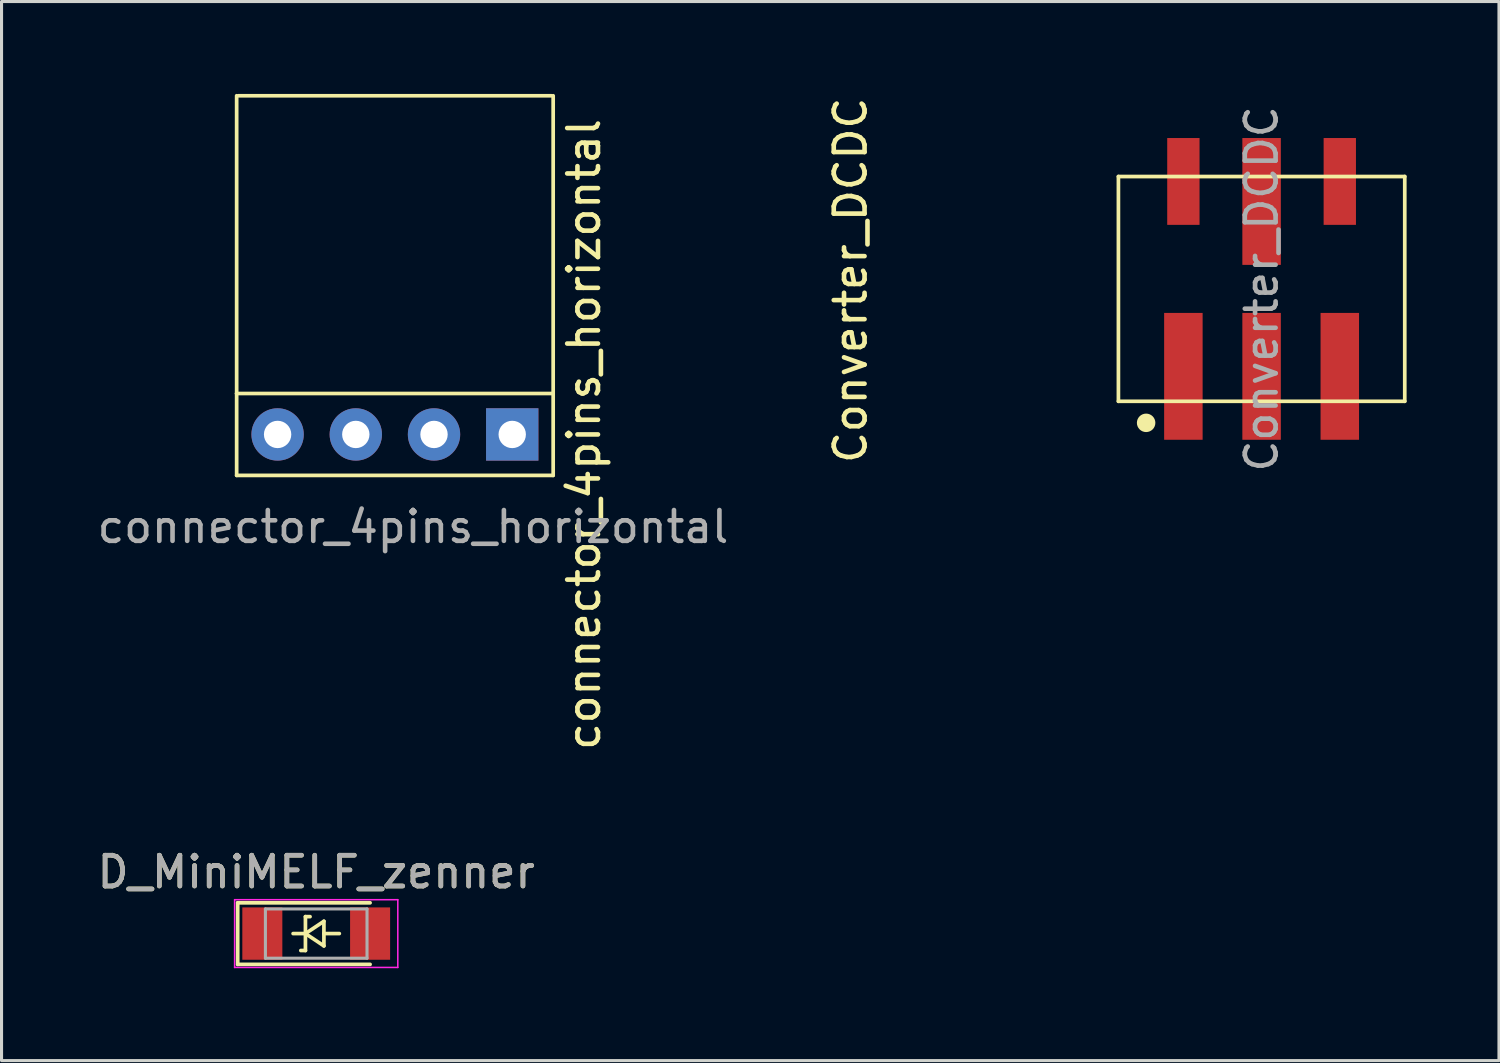
<source format=kicad_pcb>
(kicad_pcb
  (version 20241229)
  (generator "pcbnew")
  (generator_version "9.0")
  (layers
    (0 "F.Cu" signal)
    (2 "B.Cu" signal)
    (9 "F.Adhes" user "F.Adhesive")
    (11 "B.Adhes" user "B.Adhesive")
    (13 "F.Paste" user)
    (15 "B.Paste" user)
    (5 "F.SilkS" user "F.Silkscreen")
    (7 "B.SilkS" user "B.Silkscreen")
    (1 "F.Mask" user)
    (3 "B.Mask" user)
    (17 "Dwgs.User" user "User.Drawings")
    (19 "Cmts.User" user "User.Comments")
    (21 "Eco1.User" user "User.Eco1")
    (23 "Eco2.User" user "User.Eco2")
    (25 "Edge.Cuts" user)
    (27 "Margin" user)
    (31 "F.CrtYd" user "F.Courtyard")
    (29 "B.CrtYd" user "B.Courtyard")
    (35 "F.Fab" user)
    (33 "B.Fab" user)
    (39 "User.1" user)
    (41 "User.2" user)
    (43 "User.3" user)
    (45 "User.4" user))
  (footprint "Converter_DCDC"
    (layer "F.Cu")
    (at 37.924 6.054)
    (property "Reference" "Converter_DCDC" (at -13.35 0 90) (layer "F.SilkS") (effects (font (size 1 1) (thickness 0.15))))
    (attr smd)
    (fp_line (start -4.65 -3.371) (end -4.65 3.929) (stroke (width 0.12) (type solid)) (layer "F.SilkS"))
    (fp_line (start -4.65 -3.371) (end 4.65 -3.371) (stroke (width 0.12) (type solid)) (layer "F.SilkS"))
    (fp_line (start -4.65 3.929) (end 4.65 3.929) (stroke (width 0.12) (type solid)) (layer "F.SilkS"))
    (fp_line (start 4.65 -3.371) (end 4.65 3.929) (stroke (width 0.12) (type solid)) (layer "F.SilkS"))
    (fp_circle (center -3.75 4.629) (end -3.45 4.629) (stroke (width 0) (type solid)) (fill yes) (layer "F.SilkS"))
    (fp_text user "${REFERENCE}" (at 0 0.279 90) (layer "F.Fab") (effects (font (size 1 1) (thickness 0.15))))
    (pad "1" smd rect (at -2.54 3.119) (size 1.25 4.12) (layers "F.Cu" "F.Mask" "F.Paste"))
    (pad "2" smd rect (at 0 3.119) (size 1.25 4.12) (layers "F.Cu" "F.Mask" "F.Paste"))
    (pad "3" smd rect (at 2.54 3.119) (size 1.25 4.12) (layers "F.Cu" "F.Mask" "F.Paste"))
    (pad "4" smd rect (at 2.54 -3.211) (size 1.05 2.82) (layers "F.Cu" "F.Mask" "F.Paste"))
    (pad "5" smd rect (at 0 -2.561) (size 1.25 4.12) (layers "F.Cu" "F.Mask" "F.Paste"))
    (pad "6" smd rect (at -2.54 -3.211) (size 1.05 2.82) (layers "F.Cu" "F.Mask" "F.Paste")))
  (footprint "connector_4pins_horizontal"
    (layer "F.Cu")
    (at 9.776 11.06)
    (property "Reference" "connector_4pins_horizontal" (at 6.14 0 270) (layer "F.SilkS") (effects (font (size 1 1) (thickness 0.15))))
    (attr through_hole)
    (fp_line (start -5.14 -11) (end -5.14 -1.33) (stroke (width 0.12) (type solid)) (layer "F.SilkS"))
    (fp_line (start -5.14 -1.33) (end -5.14 1.33) (stroke (width 0.12) (type solid)) (layer "F.SilkS"))
    (fp_line (start 5.08 -11) (end -5.08 -11) (stroke (width 0.12) (type solid)) (layer "F.SilkS"))
    (fp_line (start 5.14 -1.33) (end -5.14 -1.33) (stroke (width 0.12) (type solid)) (layer "F.SilkS"))
    (fp_line (start 5.14 1.33) (end -5.14 1.33) (stroke (width 0.12) (type solid)) (layer "F.SilkS"))
    (fp_line (start 5.14 1.33) (end 5.14 -11) (stroke (width 0.12) (type solid)) (layer "F.SilkS"))
    (fp_text user "${REFERENCE}" (at 0.587 3 0) (layer "F.Fab") (effects (font (size 1 1) (thickness 0.15))))
    (pad "1" thru_hole rect (at 3.81 0) (size 1.7 1.7) (drill 0.889) (layers "*.Cu" "*.Mask"))
    (pad "2" thru_hole oval (at 1.27 0) (size 1.7 1.7) (drill 0.889) (layers "*.Cu" "*.Mask"))
    (pad "3" thru_hole oval (at -1.27 0) (size 1.7 1.7) (drill 0.889) (layers "*.Cu" "*.Mask"))
    (pad "4" thru_hole oval (at -3.81 0) (size 1.7 1.7) (drill 0.889) (layers "*.Cu" "*.Mask")))
  (footprint "D_MiniMELF_zenner"
    (layer "F.Cu")
    (at 7.22 27.271)
    (property "Reference" "D_MiniMELF_zenner" (at 0 -2 0) (layer "F.SilkS") (effects (font (size 1 1) (thickness 0.15))))
    (attr smd)
    (fp_line (start -2.55 -1) (end -2.55 1) (stroke (width 0.12) (type solid)) (layer "F.SilkS"))
    (fp_line (start -2.55 1) (end 1.75 1) (stroke (width 0.12) (type solid)) (layer "F.SilkS"))
    (fp_line (start -0.75 0) (end -0.35 0) (stroke (width 0.12) (type solid)) (layer "F.SilkS"))
    (fp_line (start -0.5 0.55) (end -0.35 0.55) (stroke (width 0.12) (type solid)) (layer "F.SilkS"))
    (fp_line (start -0.35 -0.55) (end -0.2 -0.55) (stroke (width 0.12) (type solid)) (layer "F.SilkS"))
    (fp_line (start -0.35 0) (end -0.35 -0.55) (stroke (width 0.12) (type solid)) (layer "F.SilkS"))
    (fp_line (start -0.35 0) (end -0.35 0.55) (stroke (width 0.12) (type solid)) (layer "F.SilkS"))
    (fp_line (start -0.35 0) (end 0.25 -0.4) (stroke (width 0.12) (type solid)) (layer "F.SilkS"))
    (fp_line (start 0.25 -0.4) (end 0.25 0.4) (stroke (width 0.12) (type solid)) (layer "F.SilkS"))
    (fp_line (start 0.25 0) (end 0.75 0) (stroke (width 0.12) (type solid)) (layer "F.SilkS"))
    (fp_line (start 0.25 0.4) (end -0.35 0) (stroke (width 0.12) (type solid)) (layer "F.SilkS"))
    (fp_line (start 1.75 -1) (end -2.55 -1) (stroke (width 0.12) (type solid)) (layer "F.SilkS"))
    (fp_line (start -2.65 -1.1) (end 2.65 -1.1) (stroke (width 0.05) (type solid)) (layer "F.CrtYd"))
    (fp_line (start -2.65 1.1) (end -2.65 -1.1) (stroke (width 0.05) (type solid)) (layer "F.CrtYd"))
    (fp_line (start 2.65 -1.1) (end 2.65 1.1) (stroke (width 0.05) (type solid)) (layer "F.CrtYd"))
    (fp_line (start 2.65 1.1) (end -2.65 1.1) (stroke (width 0.05) (type solid)) (layer "F.CrtYd"))
    (fp_line (start -1.65 -0.8) (end 1.65 -0.8) (stroke (width 0.1) (type solid)) (layer "F.Fab"))
    (fp_line (start -1.65 0.8) (end -1.65 -0.8) (stroke (width 0.1) (type solid)) (layer "F.Fab"))
    (fp_line (start 1.65 -0.8) (end 1.65 0.8) (stroke (width 0.1) (type solid)) (layer "F.Fab"))
    (fp_line (start 1.65 0.8) (end -1.65 0.8) (stroke (width 0.1) (type solid)) (layer "F.Fab"))
    (fp_text user "${REFERENCE}" (at 0 -2 0) (layer "F.Fab") (effects (font (size 1 1) (thickness 0.15))))
    (pad "1" smd rect (at -1.75 0) (size 1.3 1.7) (layers "F.Cu" "F.Mask" "F.Paste"))
    (pad "2" smd rect (at 1.75 0) (size 1.3 1.7) (layers "F.Cu" "F.Mask" "F.Paste")))
  (gr_rect
    (start -3 -3)
    (end 45.634 31.396)
    (stroke (width 0.1) (type default))
    (fill no)
    (layer "Edge.Cuts")))
</source>
